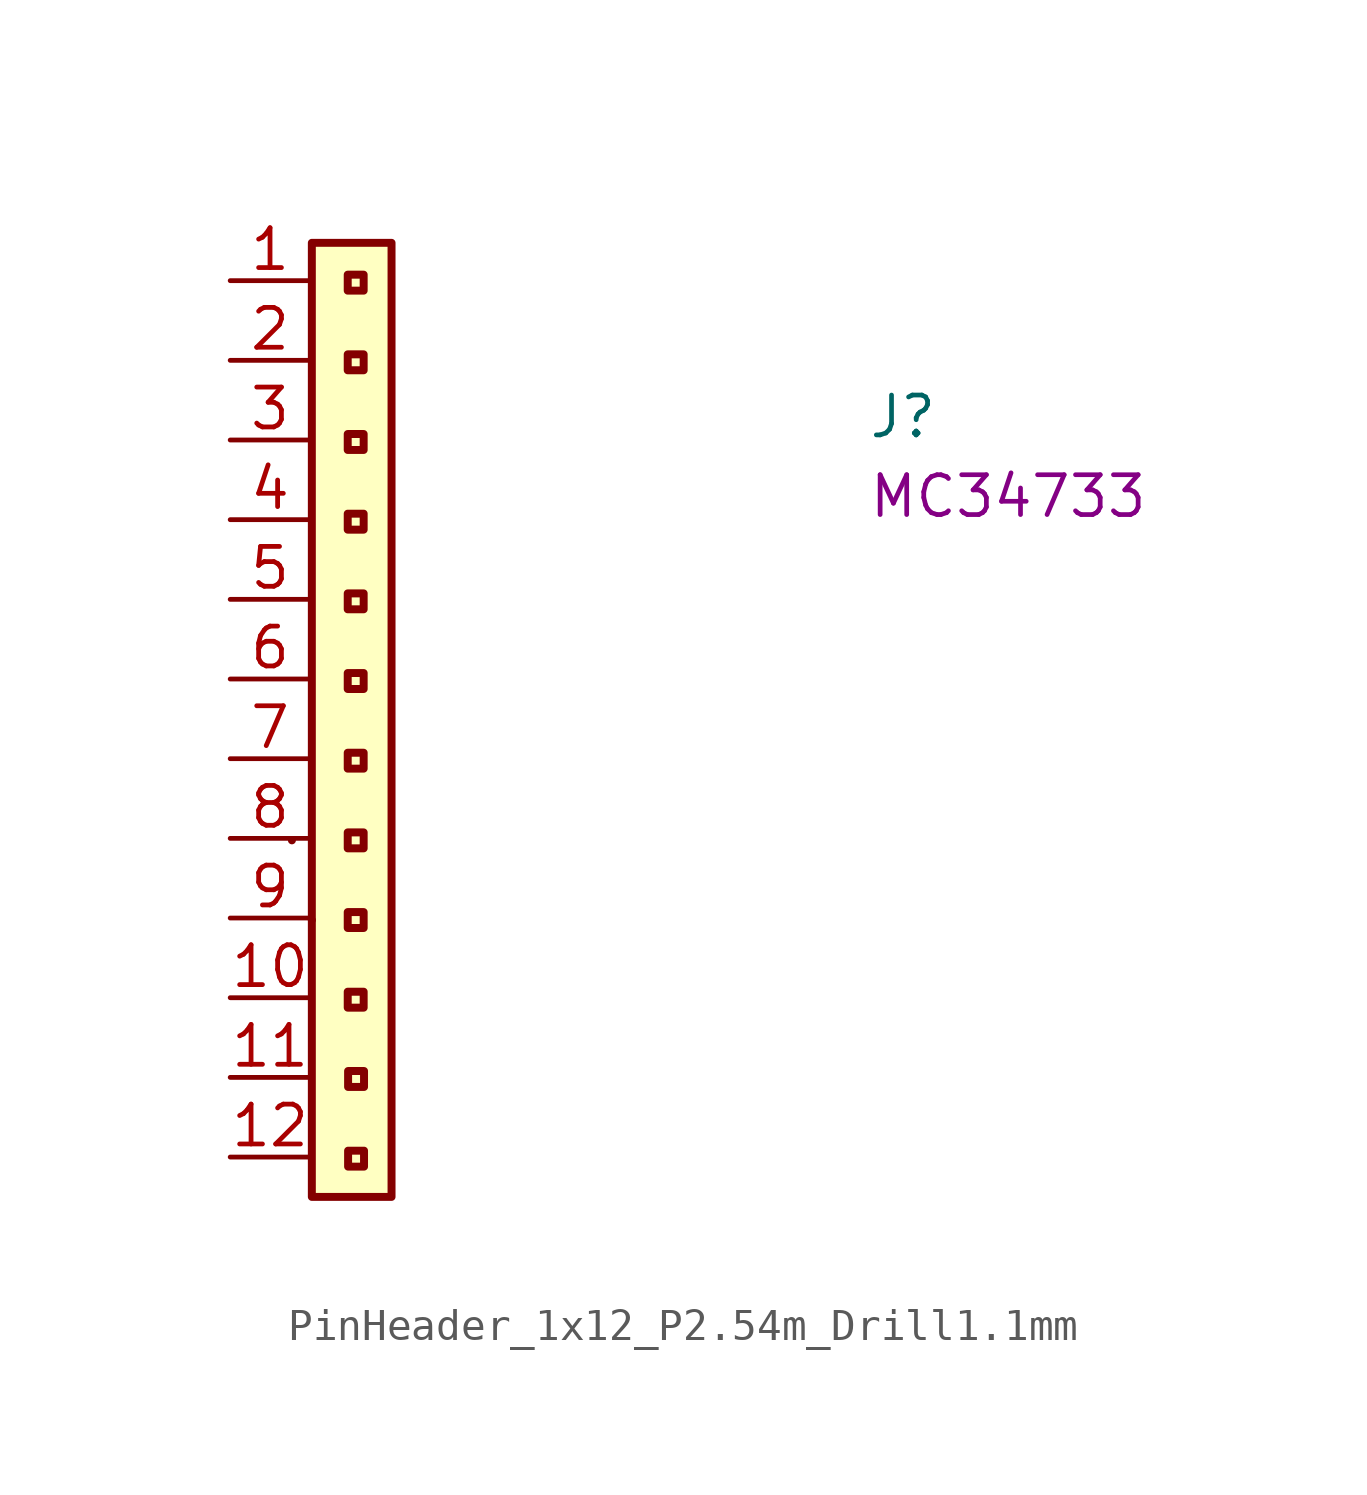
<source format=kicad_sym>
(kicad_symbol_lib
  (version 20220914)
  (generator kicad_symbol_editor)
  (symbol "PinHeader_1x12_P2.54m_Drill1.1mm"
    (property "Reference" "J"
      (at 20.32 -5.08 0)
      (effects (font (size 1.27 1.27) (thickness 0.15)) (justify left bottom)))
    (property "MPN" "MC34733"
      (at 20.32 -7.62 0)
      (effects (font (size 1.27 1.27) (thickness 0.15)) (justify left bottom)))
    (symbol "PinHeader_1x12_P2.54m_Drill1.1mm_1_1"
      (rectangle (start 1.968 -17.843) (end 1.968 -17.843) (stroke (width 0.254) (type default)) (fill (type background)))
      (rectangle (start 2.603 -20.384) (end 2.603 -20.384) (stroke (width 0.254) (type default)) (fill (type background)))
      (rectangle (start 2.603 1.206) (end 5.144 -29.21) (stroke (width 0.254) (type default)) (fill (type background)))
      (rectangle (start 3.747 -22.669) (end 4.255 -23.177) (stroke (width 0.254) (type default)) (fill (type background)))
      (rectangle (start 3.759 -27.737) (end 4.267 -28.245) (stroke (width 0.254) (type default)) (fill (type background)))
      (rectangle (start 3.759 -25.197) (end 4.267 -25.705) (stroke (width 0.254) (type default)) (fill (type background)))
      (rectangle (start 4.255 -20.637) (end 3.747 -20.13) (stroke (width 0.254) (type default)) (fill (type background)))
      (rectangle (start 4.255 -18.098) (end 3.747 -17.59) (stroke (width 0.254) (type default)) (fill (type background)))
      (rectangle (start 4.255 -15.557) (end 3.747 -15.05) (stroke (width 0.254) (type default)) (fill (type background)))
      (rectangle (start 4.255 -13.018) (end 3.747 -12.509) (stroke (width 0.254) (type default)) (fill (type background)))
      (rectangle (start 4.255 -10.477) (end 3.747 -9.97) (stroke (width 0.254) (type default)) (fill (type background)))
      (rectangle (start 4.255 -7.938) (end 3.747 -7.429) (stroke (width 0.254) (type default)) (fill (type background)))
      (rectangle (start 4.255 -5.397) (end 3.747 -4.889) (stroke (width 0.254) (type default)) (fill (type background)))
      (rectangle (start 4.255 -2.857) (end 3.747 -2.349) (stroke (width 0.254) (type default)) (fill (type background)))
      (rectangle (start 4.255 -0.318) (end 3.747 0.191) (stroke (width 0.254) (type default)) (fill (type background)))
      (pin passive line (at 0 0 0) (length 2.54) (name "~" (effects (font (size 1.27 1.27)))) (number "1" (effects (font (size 1.27 1.27)))))
      (pin passive line (at 0 -22.86 0) (length 2.54) (name "~" (effects (font (size 1.27 1.27)))) (number "10" (effects (font (size 1.27 1.27)))))
      (pin passive line (at 0 -25.4 0) (length 2.54) (name "~" (effects (font (size 1.27 1.27)))) (number "11" (effects (font (size 1.27 1.27)))))
      (pin passive line (at 0 -27.94 0) (length 2.54) (name "~" (effects (font (size 1.27 1.27)))) (number "12" (effects (font (size 1.27 1.27)))))
      (pin passive line (at 0 -2.54 0) (length 2.54) (name "~" (effects (font (size 1.27 1.27)))) (number "2" (effects (font (size 1.27 1.27)))))
      (pin passive line (at 0 -5.08 0) (length 2.54) (name "~" (effects (font (size 1.27 1.27)))) (number "3" (effects (font (size 1.27 1.27)))))
      (pin passive line (at 0 -7.62 0) (length 2.54) (name "~" (effects (font (size 1.27 1.27)))) (number "4" (effects (font (size 1.27 1.27)))))
      (pin passive line (at 0 -10.16 0) (length 2.54) (name "~" (effects (font (size 1.27 1.27)))) (number "5" (effects (font (size 1.27 1.27)))))
      (pin passive line (at 0 -12.7 0) (length 2.54) (name "~" (effects (font (size 1.27 1.27)))) (number "6" (effects (font (size 1.27 1.27)))))
      (pin passive line (at 0 -15.24 0) (length 2.54) (name "~" (effects (font (size 1.27 1.27)))) (number "7" (effects (font (size 1.27 1.27)))))
      (pin passive line (at 0 -17.78 0) (length 2.54) (name "~" (effects (font (size 1.27 1.27)))) (number "8" (effects (font (size 1.27 1.27)))))
      (pin passive line (at 0 -20.32 0) (length 2.54) (name "~" (effects (font (size 1.27 1.27)))) (number "9" (effects (font (size 1.27 1.27))))))))
</source>
